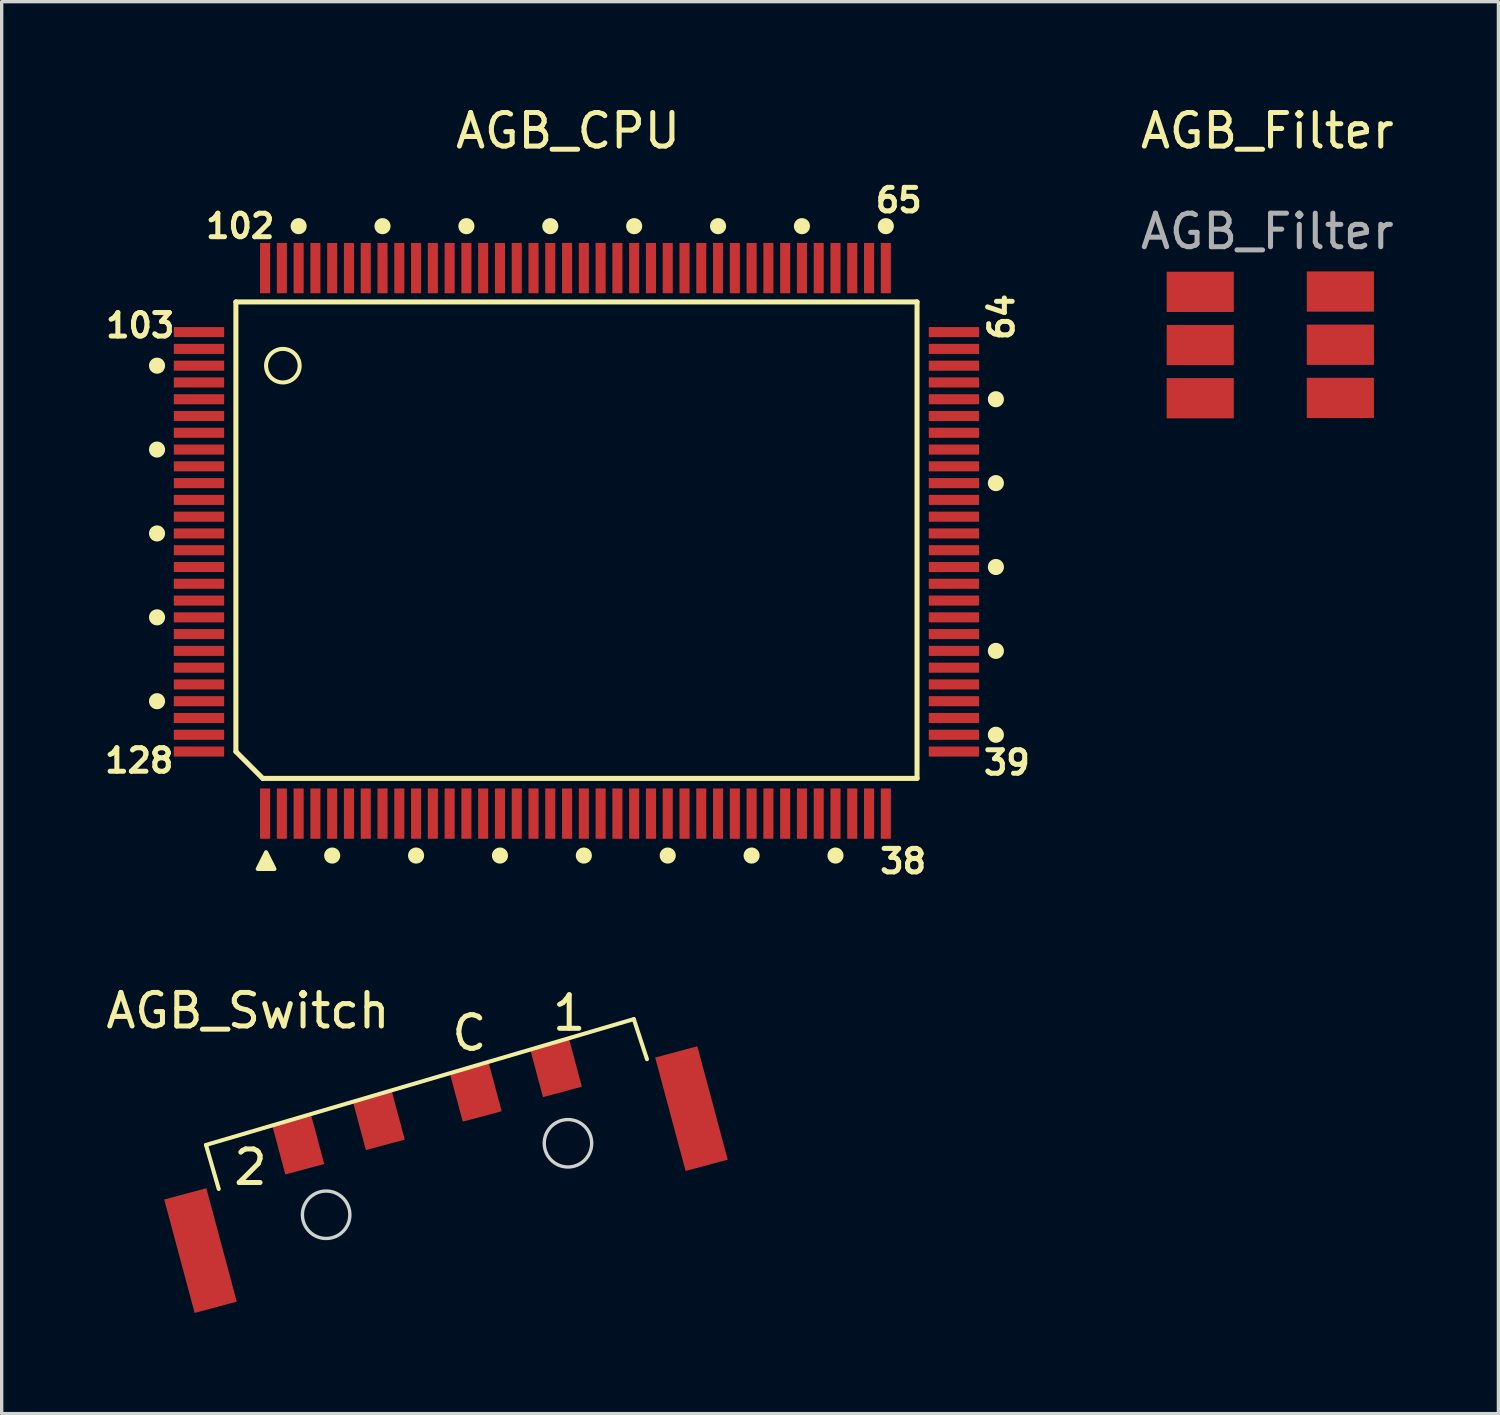
<source format=kicad_pcb>
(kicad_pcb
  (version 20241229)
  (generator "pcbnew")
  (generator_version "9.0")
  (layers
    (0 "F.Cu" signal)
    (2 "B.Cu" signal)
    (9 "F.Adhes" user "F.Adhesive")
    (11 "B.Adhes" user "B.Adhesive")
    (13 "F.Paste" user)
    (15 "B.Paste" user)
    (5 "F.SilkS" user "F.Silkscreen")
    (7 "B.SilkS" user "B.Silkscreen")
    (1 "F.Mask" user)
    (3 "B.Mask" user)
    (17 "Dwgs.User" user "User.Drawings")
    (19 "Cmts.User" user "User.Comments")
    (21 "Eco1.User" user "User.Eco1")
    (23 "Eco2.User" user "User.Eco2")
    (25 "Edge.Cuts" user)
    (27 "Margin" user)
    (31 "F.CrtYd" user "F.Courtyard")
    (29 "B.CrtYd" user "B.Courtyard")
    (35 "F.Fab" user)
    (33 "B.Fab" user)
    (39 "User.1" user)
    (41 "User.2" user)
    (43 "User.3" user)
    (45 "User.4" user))
  (footprint "AGB_CPU"
    (layer "F.Cu")
    (at 13.88 12.348)
    (property "Reference" "AGB_CPU" (at 0 -11.5 0) (unlocked yes) (layer "F.SilkS") (effects (font (size 1 1) (thickness 0.15))))
    (attr smd)
    (fp_line (start -9.9 -6.4) (end -9.9 7) (stroke (width 0.15) (type default)) (layer "F.SilkS"))
    (fp_line (start -9.1 7.8) (end -9.899 7.001) (stroke (width 0.15) (type default)) (layer "F.SilkS"))
    (fp_line (start -9.1 7.8) (end 10.4 7.8) (stroke (width 0.15) (type default)) (layer "F.SilkS"))
    (fp_line (start 10.4 -6.4) (end -9.9 -6.4) (stroke (width 0.15) (type default)) (layer "F.SilkS"))
    (fp_line (start 10.4 7.8) (end 10.4 -6.4) (stroke (width 0.15) (type default)) (layer "F.SilkS"))
    (fp_circle (center -12.25 -2) (end -12.25 -1.82) (stroke (width 0.12) (type solid)) (fill yes) (layer "F.SilkS"))
    (fp_circle (center -12.25 0.5) (end -12.25 0.68) (stroke (width 0.12) (type solid)) (fill yes) (layer "F.SilkS"))
    (fp_circle (center -12.25 3) (end -12.25 3.18) (stroke (width 0.12) (type solid)) (fill yes) (layer "F.SilkS"))
    (fp_circle (center -12.25 5.5) (end -12.25 5.68) (stroke (width 0.12) (type solid)) (fill yes) (layer "F.SilkS"))
    (fp_circle (center -12.25 -4.5) (end -12.25 -4.32) (stroke (width 0.12) (type solid)) (fill yes) (layer "F.SilkS"))
    (fp_circle (center -8.5 -4.5) (end -8 -4.5) (stroke (width 0.12) (type default)) (fill no) (layer "F.SilkS"))
    (fp_circle (center -8.03 -8.658) (end -8.21 -8.658) (stroke (width 0.12) (type solid)) (fill yes) (layer "F.SilkS"))
    (fp_circle (center -7.03 10.1) (end -6.85 10.1) (stroke (width 0.12) (type solid)) (fill yes) (layer "F.SilkS"))
    (fp_circle (center -5.53 -8.658) (end -5.71 -8.658) (stroke (width 0.12) (type solid)) (fill yes) (layer "F.SilkS"))
    (fp_circle (center -4.53 10.1) (end -4.35 10.1) (stroke (width 0.12) (type solid)) (fill yes) (layer "F.SilkS"))
    (fp_circle (center -3.03 -8.658) (end -3.21 -8.658) (stroke (width 0.12) (type solid)) (fill yes) (layer "F.SilkS"))
    (fp_circle (center -2.03 10.1) (end -1.85 10.1) (stroke (width 0.12) (type solid)) (fill yes) (layer "F.SilkS"))
    (fp_circle (center -0.53 -8.658) (end -0.71 -8.658) (stroke (width 0.12) (type solid)) (fill yes) (layer "F.SilkS"))
    (fp_circle (center 0.47 10.1) (end 0.65 10.1) (stroke (width 0.12) (type solid)) (fill yes) (layer "F.SilkS"))
    (fp_circle (center 1.97 -8.658) (end 1.79 -8.658) (stroke (width 0.12) (type solid)) (fill yes) (layer "F.SilkS"))
    (fp_circle (center 2.97 10.1) (end 3.15 10.1) (stroke (width 0.12) (type solid)) (fill yes) (layer "F.SilkS"))
    (fp_circle (center 4.47 -8.658) (end 4.29 -8.658) (stroke (width 0.12) (type solid)) (fill yes) (layer "F.SilkS"))
    (fp_circle (center 5.47 10.1) (end 5.65 10.1) (stroke (width 0.12) (type solid)) (fill yes) (layer "F.SilkS"))
    (fp_circle (center 6.97 -8.658) (end 6.79 -8.658) (stroke (width 0.12) (type solid)) (fill yes) (layer "F.SilkS"))
    (fp_circle (center 7.97 10.1) (end 8.15 10.1) (stroke (width 0.12) (type solid)) (fill yes) (layer "F.SilkS"))
    (fp_circle (center 9.47 -8.658) (end 9.29 -8.658) (stroke (width 0.12) (type solid)) (fill yes) (layer "F.SilkS"))
    (fp_circle (center 12.75 6.5) (end 12.75 6.32) (stroke (width 0.12) (type solid)) (fill yes) (layer "F.SilkS"))
    (fp_circle (center 12.75 -3.5) (end 12.75 -3.68) (stroke (width 0.12) (type solid)) (fill yes) (layer "F.SilkS"))
    (fp_circle (center 12.75 -1) (end 12.75 -1.18) (stroke (width 0.12) (type solid)) (fill yes) (layer "F.SilkS"))
    (fp_circle (center 12.75 1.5) (end 12.75 1.32) (stroke (width 0.12) (type solid)) (fill yes) (layer "F.SilkS"))
    (fp_circle (center 12.75 4) (end 12.75 3.82) (stroke (width 0.12) (type solid)) (fill yes) (layer "F.SilkS"))
    (fp_poly (pts (xy -9 10) (xy -9.25 10.5) (xy -8.75 10.5)) (stroke (width 0.12) (type solid)) (fill yes) (layer "F.SilkS"))
    (fp_text user "39" (at 12.31 7.74 0) (unlocked yes) (layer "F.SilkS") (effects (font (size 0.7 0.7) (thickness 0.15)) (justify left bottom)))
    (fp_text user "65" (at 9.09 -9.02 0) (unlocked yes) (layer "F.SilkS") (effects (font (size 0.7 0.7) (thickness 0.15)) (justify left bottom)))
    (fp_text user "128" (at -13.88 7.68 0) (unlocked yes) (layer "F.SilkS") (effects (font (size 0.7 0.7) (thickness 0.15)) (justify left bottom)))
    (fp_text user "38" (at 9.22 10.68 0) (unlocked yes) (layer "F.SilkS") (effects (font (size 0.7 0.7) (thickness 0.15)) (justify left bottom)))
    (fp_text user "103" (at -13.85 -5.29 0) (unlocked yes) (layer "F.SilkS") (effects (font (size 0.7 0.7) (thickness 0.15)) (justify left bottom)))
    (fp_text user "64" (at 13.329 -5.186 90) (unlocked yes) (layer "F.SilkS") (effects (font (size 0.7 0.7) (thickness 0.15)) (justify left bottom)))
    (fp_text user "102" (at -10.87 -8.25 0) (unlocked yes) (layer "F.SilkS") (effects (font (size 0.7 0.7) (thickness 0.15)) (justify left bottom)))
    (pad "1" smd rect (at -9.03 8.85 270) (size 1.5 0.3) (layers "F.Cu" "F.Mask" "F.Paste"))
    (pad "2" smd rect (at -8.53 8.85 270) (size 1.5 0.3) (layers "F.Cu" "F.Mask" "F.Paste"))
    (pad "3" smd rect (at -8.03 8.85 270) (size 1.5 0.3) (layers "F.Cu" "F.Mask" "F.Paste"))
    (pad "4" smd rect (at -7.53 8.85 270) (size 1.5 0.3) (layers "F.Cu" "F.Mask" "F.Paste"))
    (pad "5" smd rect (at -7.03 8.85 270) (size 1.5 0.3) (layers "F.Cu" "F.Mask" "F.Paste"))
    (pad "6" smd rect (at -6.53 8.85 270) (size 1.5 0.3) (layers "F.Cu" "F.Mask" "F.Paste"))
    (pad "7" smd rect (at -6.03 8.85 270) (size 1.5 0.3) (layers "F.Cu" "F.Mask" "F.Paste"))
    (pad "8" smd rect (at -5.53 8.85 270) (size 1.5 0.3) (layers "F.Cu" "F.Mask" "F.Paste"))
    (pad "9" smd rect (at -5.03 8.85 270) (size 1.5 0.3) (layers "F.Cu" "F.Mask" "F.Paste"))
    (pad "10" smd rect (at -4.53 8.85 270) (size 1.5 0.3) (layers "F.Cu" "F.Mask" "F.Paste"))
    (pad "11" smd rect (at -4.03 8.85 270) (size 1.5 0.3) (layers "F.Cu" "F.Mask" "F.Paste"))
    (pad "12" smd rect (at -3.53 8.85 270) (size 1.5 0.3) (layers "F.Cu" "F.Mask" "F.Paste"))
    (pad "13" smd rect (at -3.03 8.85 270) (size 1.5 0.3) (layers "F.Cu" "F.Mask" "F.Paste"))
    (pad "14" smd rect (at -2.53 8.85 270) (size 1.5 0.3) (layers "F.Cu" "F.Mask" "F.Paste"))
    (pad "15" smd rect (at -2.03 8.85 270) (size 1.5 0.3) (layers "F.Cu" "F.Mask" "F.Paste"))
    (pad "16" smd rect (at -1.53 8.85 270) (size 1.5 0.3) (layers "F.Cu" "F.Mask" "F.Paste"))
    (pad "17" smd rect (at -1.03 8.85 270) (size 1.5 0.3) (layers "F.Cu" "F.Mask" "F.Paste"))
    (pad "18" smd rect (at -0.53 8.85 270) (size 1.5 0.3) (layers "F.Cu" "F.Mask" "F.Paste"))
    (pad "19" smd rect (at -0.03 8.85 270) (size 1.5 0.3) (layers "F.Cu" "F.Mask" "F.Paste"))
    (pad "20" smd rect (at 0.47 8.85 270) (size 1.5 0.3) (layers "F.Cu" "F.Mask" "F.Paste"))
    (pad "21" smd rect (at 0.97 8.85 270) (size 1.5 0.3) (layers "F.Cu" "F.Mask" "F.Paste"))
    (pad "22" smd rect (at 1.47 8.85 270) (size 1.5 0.3) (layers "F.Cu" "F.Mask" "F.Paste"))
    (pad "23" smd rect (at 1.97 8.85 270) (size 1.5 0.3) (layers "F.Cu" "F.Mask" "F.Paste"))
    (pad "24" smd rect (at 2.47 8.85 270) (size 1.5 0.3) (layers "F.Cu" "F.Mask" "F.Paste"))
    (pad "25" smd rect (at 2.97 8.85 270) (size 1.5 0.3) (layers "F.Cu" "F.Mask" "F.Paste"))
    (pad "26" smd rect (at 3.47 8.85 270) (size 1.5 0.3) (layers "F.Cu" "F.Mask" "F.Paste"))
    (pad "27" smd rect (at 3.97 8.85 270) (size 1.5 0.3) (layers "F.Cu" "F.Mask" "F.Paste"))
    (pad "28" smd rect (at 4.47 8.85 270) (size 1.5 0.3) (layers "F.Cu" "F.Mask" "F.Paste"))
    (pad "29" smd rect (at 4.97 8.85 270) (size 1.5 0.3) (layers "F.Cu" "F.Mask" "F.Paste"))
    (pad "30" smd rect (at 5.47 8.85 270) (size 1.5 0.3) (layers "F.Cu" "F.Mask" "F.Paste"))
    (pad "31" smd rect (at 5.97 8.85 270) (size 1.5 0.3) (layers "F.Cu" "F.Mask" "F.Paste"))
    (pad "32" smd rect (at 6.47 8.85 270) (size 1.5 0.3) (layers "F.Cu" "F.Mask" "F.Paste"))
    (pad "33" smd rect (at 6.97 8.85 270) (size 1.5 0.3) (layers "F.Cu" "F.Mask" "F.Paste"))
    (pad "34" smd rect (at 7.47 8.85 270) (size 1.5 0.3) (layers "F.Cu" "F.Mask" "F.Paste"))
    (pad "35" smd rect (at 7.97 8.85 270) (size 1.5 0.3) (layers "F.Cu" "F.Mask" "F.Paste"))
    (pad "36" smd rect (at 8.47 8.85 270) (size 1.5 0.3) (layers "F.Cu" "F.Mask" "F.Paste"))
    (pad "37" smd rect (at 8.97 8.85 270) (size 1.5 0.3) (layers "F.Cu" "F.Mask" "F.Paste"))
    (pad "38" smd rect (at 9.47 8.85 270) (size 1.5 0.3) (layers "F.Cu" "F.Mask" "F.Paste"))
    (pad "39" smd rect (at 11.5 7 180) (size 1.5 0.3) (layers "F.Cu" "F.Mask" "F.Paste"))
    (pad "40" smd rect (at 11.5 6.5 180) (size 1.5 0.3) (layers "F.Cu" "F.Mask" "F.Paste"))
    (pad "41" smd rect (at 11.5 6 180) (size 1.5 0.3) (layers "F.Cu" "F.Mask" "F.Paste"))
    (pad "42" smd rect (at 11.5 5.5 180) (size 1.5 0.3) (layers "F.Cu" "F.Mask" "F.Paste"))
    (pad "43" smd rect (at 11.5 5 180) (size 1.5 0.3) (layers "F.Cu" "F.Mask" "F.Paste"))
    (pad "44" smd rect (at 11.5 4.5 180) (size 1.5 0.3) (layers "F.Cu" "F.Mask" "F.Paste"))
    (pad "45" smd rect (at 11.5 4 180) (size 1.5 0.3) (layers "F.Cu" "F.Mask" "F.Paste"))
    (pad "46" smd rect (at 11.5 3.5 180) (size 1.5 0.3) (layers "F.Cu" "F.Mask" "F.Paste"))
    (pad "47" smd rect (at 11.5 3 180) (size 1.5 0.3) (layers "F.Cu" "F.Mask" "F.Paste"))
    (pad "48" smd rect (at 11.5 2.5 180) (size 1.5 0.3) (layers "F.Cu" "F.Mask" "F.Paste"))
    (pad "49" smd rect (at 11.5 2 180) (size 1.5 0.3) (layers "F.Cu" "F.Mask" "F.Paste"))
    (pad "50" smd rect (at 11.5 1.5 180) (size 1.5 0.3) (layers "F.Cu" "F.Mask" "F.Paste"))
    (pad "51" smd rect (at 11.5 1 180) (size 1.5 0.3) (layers "F.Cu" "F.Mask" "F.Paste"))
    (pad "52" smd rect (at 11.5 0.5 180) (size 1.5 0.3) (layers "F.Cu" "F.Mask" "F.Paste"))
    (pad "53" smd rect (at 11.5 0 180) (size 1.5 0.3) (layers "F.Cu" "F.Mask" "F.Paste"))
    (pad "54" smd rect (at 11.5 -0.5 180) (size 1.5 0.3) (layers "F.Cu" "F.Mask" "F.Paste"))
    (pad "55" smd rect (at 11.5 -1 180) (size 1.5 0.3) (layers "F.Cu" "F.Mask" "F.Paste"))
    (pad "56" smd rect (at 11.5 -1.5 180) (size 1.5 0.3) (layers "F.Cu" "F.Mask" "F.Paste"))
    (pad "57" smd rect (at 11.5 -2 180) (size 1.5 0.3) (layers "F.Cu" "F.Mask" "F.Paste"))
    (pad "58" smd rect (at 11.5 -2.5 180) (size 1.5 0.3) (layers "F.Cu" "F.Mask" "F.Paste"))
    (pad "59" smd rect (at 11.5 -3 180) (size 1.5 0.3) (layers "F.Cu" "F.Mask" "F.Paste"))
    (pad "60" smd rect (at 11.5 -3.5 180) (size 1.5 0.3) (layers "F.Cu" "F.Mask" "F.Paste"))
    (pad "61" smd rect (at 11.5 -4 180) (size 1.5 0.3) (layers "F.Cu" "F.Mask" "F.Paste"))
    (pad "62" smd rect (at 11.5 -4.5 180) (size 1.5 0.3) (layers "F.Cu" "F.Mask" "F.Paste"))
    (pad "63" smd rect (at 11.5 -5 180) (size 1.5 0.3) (layers "F.Cu" "F.Mask" "F.Paste"))
    (pad "64" smd rect (at 11.5 -5.5 180) (size 1.5 0.3) (layers "F.Cu" "F.Mask" "F.Paste"))
    (pad "65" smd rect (at 9.47 -7.408 90) (size 1.5 0.3) (layers "F.Cu" "F.Mask" "F.Paste"))
    (pad "66" smd rect (at 8.97 -7.408 90) (size 1.5 0.3) (layers "F.Cu" "F.Mask" "F.Paste"))
    (pad "67" smd rect (at 8.47 -7.408 90) (size 1.5 0.3) (layers "F.Cu" "F.Mask" "F.Paste"))
    (pad "68" smd rect (at 7.97 -7.408 90) (size 1.5 0.3) (layers "F.Cu" "F.Mask" "F.Paste"))
    (pad "69" smd rect (at 7.47 -7.408 90) (size 1.5 0.3) (layers "F.Cu" "F.Mask" "F.Paste"))
    (pad "70" smd rect (at 6.97 -7.408 90) (size 1.5 0.3) (layers "F.Cu" "F.Mask" "F.Paste"))
    (pad "71" smd rect (at 6.47 -7.408 90) (size 1.5 0.3) (layers "F.Cu" "F.Mask" "F.Paste"))
    (pad "72" smd rect (at 5.97 -7.408 90) (size 1.5 0.3) (layers "F.Cu" "F.Mask" "F.Paste"))
    (pad "73" smd rect (at 5.47 -7.408 90) (size 1.5 0.3) (layers "F.Cu" "F.Mask" "F.Paste"))
    (pad "74" smd rect (at 4.97 -7.408 90) (size 1.5 0.3) (layers "F.Cu" "F.Mask" "F.Paste"))
    (pad "75" smd rect (at 4.47 -7.408 90) (size 1.5 0.3) (layers "F.Cu" "F.Mask" "F.Paste"))
    (pad "76" smd rect (at 3.97 -7.408 90) (size 1.5 0.3) (layers "F.Cu" "F.Mask" "F.Paste"))
    (pad "77" smd rect (at 3.47 -7.408 90) (size 1.5 0.3) (layers "F.Cu" "F.Mask" "F.Paste"))
    (pad "78" smd rect (at 2.97 -7.408 90) (size 1.5 0.3) (layers "F.Cu" "F.Mask" "F.Paste"))
    (pad "79" smd rect (at 2.47 -7.408 90) (size 1.5 0.3) (layers "F.Cu" "F.Mask" "F.Paste"))
    (pad "80" smd rect (at 1.97 -7.408 90) (size 1.5 0.3) (layers "F.Cu" "F.Mask" "F.Paste"))
    (pad "81" smd rect (at 1.47 -7.408 90) (size 1.5 0.3) (layers "F.Cu" "F.Mask" "F.Paste"))
    (pad "82" smd rect (at 0.97 -7.408 90) (size 1.5 0.3) (layers "F.Cu" "F.Mask" "F.Paste"))
    (pad "83" smd rect (at 0.47 -7.408 90) (size 1.5 0.3) (layers "F.Cu" "F.Mask" "F.Paste"))
    (pad "84" smd rect (at -0.03 -7.408 90) (size 1.5 0.3) (layers "F.Cu" "F.Mask" "F.Paste"))
    (pad "85" smd rect (at -0.53 -7.408 90) (size 1.5 0.3) (layers "F.Cu" "F.Mask" "F.Paste"))
    (pad "86" smd rect (at -1.03 -7.408 90) (size 1.5 0.3) (layers "F.Cu" "F.Mask" "F.Paste"))
    (pad "87" smd rect (at -1.53 -7.408 90) (size 1.5 0.3) (layers "F.Cu" "F.Mask" "F.Paste"))
    (pad "88" smd rect (at -2.03 -7.408 90) (size 1.5 0.3) (layers "F.Cu" "F.Mask" "F.Paste"))
    (pad "89" smd rect (at -2.53 -7.408 90) (size 1.5 0.3) (layers "F.Cu" "F.Mask" "F.Paste"))
    (pad "90" smd rect (at -3.03 -7.408 90) (size 1.5 0.3) (layers "F.Cu" "F.Mask" "F.Paste"))
    (pad "91" smd rect (at -3.53 -7.408 90) (size 1.5 0.3) (layers "F.Cu" "F.Mask" "F.Paste"))
    (pad "92" smd rect (at -4.03 -7.408 90) (size 1.5 0.3) (layers "F.Cu" "F.Mask" "F.Paste"))
    (pad "93" smd rect (at -4.53 -7.408 90) (size 1.5 0.3) (layers "F.Cu" "F.Mask" "F.Paste"))
    (pad "94" smd rect (at -5.03 -7.408 90) (size 1.5 0.3) (layers "F.Cu" "F.Mask" "F.Paste"))
    (pad "95" smd rect (at -5.53 -7.408 90) (size 1.5 0.3) (layers "F.Cu" "F.Mask" "F.Paste"))
    (pad "96" smd rect (at -6.03 -7.408 90) (size 1.5 0.3) (layers "F.Cu" "F.Mask" "F.Paste"))
    (pad "97" smd rect (at -6.53 -7.408 90) (size 1.5 0.3) (layers "F.Cu" "F.Mask" "F.Paste"))
    (pad "98" smd rect (at -7.03 -7.408 90) (size 1.5 0.3) (layers "F.Cu" "F.Mask" "F.Paste"))
    (pad "99" smd rect (at -7.53 -7.408 90) (size 1.5 0.3) (layers "F.Cu" "F.Mask" "F.Paste"))
    (pad "100" smd rect (at -8.03 -7.408 90) (size 1.5 0.3) (layers "F.Cu" "F.Mask" "F.Paste"))
    (pad "101" smd rect (at -8.53 -7.408 90) (size 1.5 0.3) (layers "F.Cu" "F.Mask" "F.Paste"))
    (pad "102" smd rect (at -9.03 -7.408 90) (size 1.5 0.3) (layers "F.Cu" "F.Mask" "F.Paste"))
    (pad "103" smd rect (at -11 -5.5) (size 1.5 0.3) (layers "F.Cu" "F.Mask" "F.Paste"))
    (pad "104" smd rect (at -11 -5) (size 1.5 0.3) (layers "F.Cu" "F.Mask" "F.Paste"))
    (pad "105" smd rect (at -11 -4.5) (size 1.5 0.3) (layers "F.Cu" "F.Mask" "F.Paste"))
    (pad "106" smd rect (at -11 -4) (size 1.5 0.3) (layers "F.Cu" "F.Mask" "F.Paste"))
    (pad "107" smd rect (at -11 -3.5) (size 1.5 0.3) (layers "F.Cu" "F.Mask" "F.Paste"))
    (pad "108" smd rect (at -11 -3) (size 1.5 0.3) (layers "F.Cu" "F.Mask" "F.Paste"))
    (pad "109" smd rect (at -11 -2.5) (size 1.5 0.3) (layers "F.Cu" "F.Mask" "F.Paste"))
    (pad "110" smd rect (at -11 -2) (size 1.5 0.3) (layers "F.Cu" "F.Mask" "F.Paste"))
    (pad "111" smd rect (at -11 -1.5) (size 1.5 0.3) (layers "F.Cu" "F.Mask" "F.Paste"))
    (pad "112" smd rect (at -11 -1) (size 1.5 0.3) (layers "F.Cu" "F.Mask" "F.Paste"))
    (pad "113" smd rect (at -11 -0.5) (size 1.5 0.3) (layers "F.Cu" "F.Mask" "F.Paste"))
    (pad "114" smd rect (at -11 0) (size 1.5 0.3) (layers "F.Cu" "F.Mask" "F.Paste"))
    (pad "115" smd rect (at -11 0.5) (size 1.5 0.3) (layers "F.Cu" "F.Mask" "F.Paste"))
    (pad "116" smd rect (at -11 1) (size 1.5 0.3) (layers "F.Cu" "F.Mask" "F.Paste"))
    (pad "117" smd rect (at -11 1.5) (size 1.5 0.3) (layers "F.Cu" "F.Mask" "F.Paste"))
    (pad "118" smd rect (at -11 2) (size 1.5 0.3) (layers "F.Cu" "F.Mask" "F.Paste"))
    (pad "119" smd rect (at -11 2.5) (size 1.5 0.3) (layers "F.Cu" "F.Mask" "F.Paste"))
    (pad "120" smd rect (at -11 3) (size 1.5 0.3) (layers "F.Cu" "F.Mask" "F.Paste"))
    (pad "121" smd rect (at -11 3.5) (size 1.5 0.3) (layers "F.Cu" "F.Mask" "F.Paste"))
    (pad "122" smd rect (at -11 4) (size 1.5 0.3) (layers "F.Cu" "F.Mask" "F.Paste"))
    (pad "123" smd rect (at -11 4.5) (size 1.5 0.3) (layers "F.Cu" "F.Mask" "F.Paste"))
    (pad "124" smd rect (at -11 5) (size 1.5 0.3) (layers "F.Cu" "F.Mask" "F.Paste"))
    (pad "125" smd rect (at -11 5.5) (size 1.5 0.3) (layers "F.Cu" "F.Mask" "F.Paste"))
    (pad "126" smd rect (at -11 6) (size 1.5 0.3) (layers "F.Cu" "F.Mask" "F.Paste"))
    (pad "127" smd rect (at -11 6.5) (size 1.5 0.3) (layers "F.Cu" "F.Mask" "F.Paste"))
    (pad "128" smd rect (at -11 7) (size 1.5 0.3) (layers "F.Cu" "F.Mask" "F.Paste")))
  (footprint "AGB_Switch"
    (layer "F.Cu")
    (at 8.92 26.653)
    (property "Reference" "AGB_Switch" (at -4.581 0.419 0) (unlocked yes) (layer "F.SilkS") (effects (font (size 1 1) (thickness 0.15))))
    (attr smd)
    (fp_line (start -5.831 4.419) (end -5.451 5.732) (stroke (width 0.12) (type solid)) (layer "F.SilkS"))
    (fp_line (start -5.831 4.419) (end 6.919 0.669) (stroke (width 0.12) (type solid)) (layer "F.SilkS"))
    (fp_line (start 6.919 0.669) (end 7.312 1.864) (stroke (width 0.12) (type solid)) (layer "F.SilkS"))
    (fp_circle (center -2.25 6.5) (end -2.75 6) (stroke (width 0.1) (type default)) (fill no) (layer "Edge.Cuts"))
    (fp_circle (center 4.957 4.37) (end 4.457 3.87) (stroke (width 0.1) (type default)) (fill no) (layer "Edge.Cuts"))
    (fp_text user "2" (at -5.081 5.669 0) (unlocked yes) (layer "F.SilkS") (effects (font (size 1 1) (thickness 0.15)) (justify left bottom)))
    (fp_text user "C" (at 1.419 1.669 0) (unlocked yes) (layer "F.SilkS") (effects (font (size 1 1) (thickness 0.15)) (justify left bottom)))
    (fp_text user "1" (at 4.419 1.073 0) (unlocked yes) (layer "F.SilkS") (effects (font (size 1 1) (thickness 0.15)) (justify left bottom)))
    (pad "1" smd rect (at 4.597 2.114 105) (size 1.5 1.2) (layers "F.Cu" "F.Mask" "F.Paste"))
    (pad "2" smd rect (at -3.081 4.419 105) (size 1.5 1.2) (layers "F.Cu" "F.Mask" "F.Paste"))
    (pad "3" smd rect (at -5.995 7.567 105) (size 3.5 1.3) (layers "F.Cu" "F.Mask" "F.Paste"))
    (pad "3" smd rect (at 8.637 3.336 105) (size 3.5 1.3) (layers "F.Cu" "F.Mask" "F.Paste"))
    (pad "C" smd rect (at -0.681 3.692 105) (size 1.5 1.2) (layers "F.Cu" "F.Mask" "F.Paste"))
    (pad "C" smd rect (at 2.207 2.845 105) (size 1.5 1.2) (layers "F.Cu" "F.Mask" "F.Paste")))
  (footprint "AGB_Filter"
    (layer "F.Cu")
    (at 34.72 1.348)
    (property "Reference" "AGB_Filter" (at 0 -0.5 0) (unlocked yes) (layer "F.SilkS") (effects (font (size 1 1) (thickness 0.15))))
    (attr smd)
    (fp_text user "${REFERENCE}" (at 0 2.5 0) (unlocked yes) (layer "F.Fab") (effects (font (size 1 1) (thickness 0.15))))
    (pad "1" smd rect (at -2 7.47) (size 2 1.2) (layers "F.Cu" "F.Mask" "F.Paste"))
    (pad "2" smd rect (at -2 5.885) (size 2 1.2) (layers "F.Cu" "F.Mask" "F.Paste"))
    (pad "3" smd rect (at -2 4.3) (size 2 1.2) (layers "F.Cu" "F.Mask" "F.Paste"))
    (pad "4" smd rect (at 2.176 7.461) (size 2 1.2) (layers "F.Cu" "F.Mask" "F.Paste"))
    (pad "5" smd rect (at 2.176 5.876) (size 2 1.2) (layers "F.Cu" "F.Mask" "F.Paste"))
    (pad "6" smd rect (at 2.176 4.291) (size 2 1.2) (layers "F.Cu" "F.Mask" "F.Paste")))
  (gr_rect
    (start -3 -3)
    (end 41.607 39.079)
    (stroke (width 0.1) (type default))
    (fill no)
    (layer "Edge.Cuts")))
</source>
